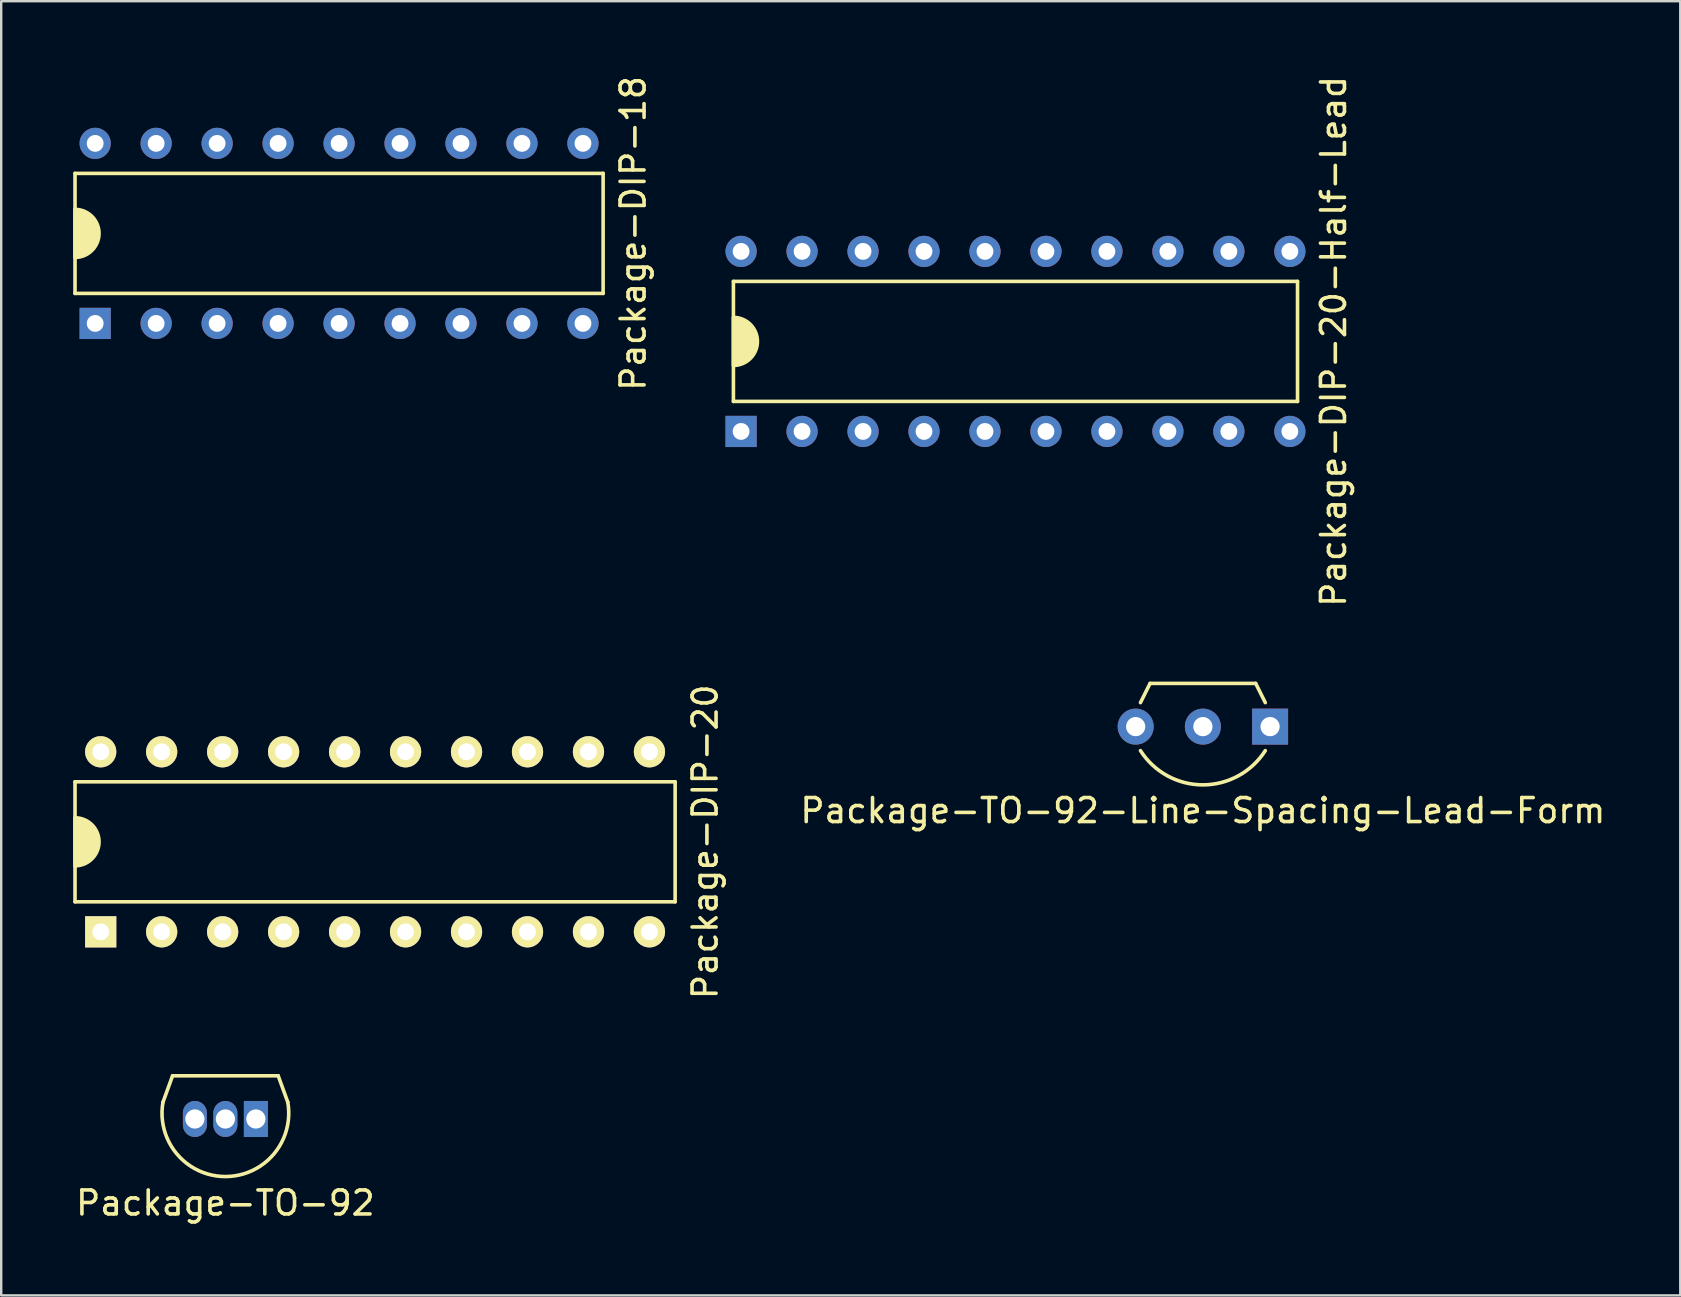
<source format=kicad_pcb>
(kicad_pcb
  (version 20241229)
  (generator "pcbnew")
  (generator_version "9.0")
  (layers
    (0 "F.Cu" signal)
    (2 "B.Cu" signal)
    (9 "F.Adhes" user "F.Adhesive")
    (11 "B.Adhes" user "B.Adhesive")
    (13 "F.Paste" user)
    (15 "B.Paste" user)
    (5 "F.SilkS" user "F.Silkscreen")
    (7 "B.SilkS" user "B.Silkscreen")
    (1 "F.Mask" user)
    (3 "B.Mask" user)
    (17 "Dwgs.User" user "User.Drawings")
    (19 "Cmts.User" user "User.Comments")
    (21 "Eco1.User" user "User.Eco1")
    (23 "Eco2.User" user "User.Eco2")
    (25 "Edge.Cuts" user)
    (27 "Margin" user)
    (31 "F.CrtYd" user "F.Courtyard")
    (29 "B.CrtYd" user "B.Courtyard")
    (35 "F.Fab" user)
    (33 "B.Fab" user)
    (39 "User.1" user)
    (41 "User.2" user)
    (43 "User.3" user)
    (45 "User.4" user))
  (footprint "Package-DIP-20"
    (layer "F.Cu")
    (at 12.575 32.018)
    (property "Reference" "Package-DIP-20" (at 13.75 0 90) (layer "F.SilkS") (effects (font (size 1 1) (thickness 0.15))))
    (attr through_hole)
    (fp_line (start -12.5 -2.5) (end 12.5 -2.5) (stroke (width 0.15) (type solid)) (layer "F.SilkS"))
    (fp_line (start -12.5 2.5) (end -12.5 -2.5) (stroke (width 0.15) (type solid)) (layer "F.SilkS"))
    (fp_line (start 12.5 -2.5) (end 12.5 2.5) (stroke (width 0.15) (type solid)) (layer "F.SilkS"))
    (fp_line (start 12.5 2.5) (end -12.5 2.5) (stroke (width 0.15) (type solid)) (layer "F.SilkS"))
    (fp_poly (pts (arc (start -12.5 -1) (mid -11.5 0) (end -12.5 1))) (stroke (width 0.15) (type solid)) (fill yes) (layer "F.SilkS"))
    (pad "1" thru_hole rect (at -11.43 3.75) (size 1.3 1.3) (drill 0.7) (layers "*.Cu" "*.Mask" "F.SilkS"))
    (pad "2" thru_hole circle (at -8.89 3.75) (size 1.3 1.3) (drill 0.7) (layers "*.Cu" "*.Mask" "F.SilkS"))
    (pad "3" thru_hole circle (at -6.35 3.75) (size 1.3 1.3) (drill 0.7) (layers "*.Cu" "*.Mask" "F.SilkS"))
    (pad "4" thru_hole circle (at -3.81 3.75) (size 1.3 1.3) (drill 0.7) (layers "*.Cu" "*.Mask" "F.SilkS"))
    (pad "5" thru_hole circle (at -1.27 3.75) (size 1.3 1.3) (drill 0.7) (layers "*.Cu" "*.Mask" "F.SilkS"))
    (pad "6" thru_hole circle (at 1.27 3.75) (size 1.3 1.3) (drill 0.7) (layers "*.Cu" "*.Mask" "F.SilkS"))
    (pad "7" thru_hole circle (at 3.81 3.75) (size 1.3 1.3) (drill 0.7) (layers "*.Cu" "*.Mask" "F.SilkS"))
    (pad "8" thru_hole circle (at 6.35 3.75) (size 1.3 1.3) (drill 0.7) (layers "*.Cu" "*.Mask" "F.SilkS"))
    (pad "9" thru_hole circle (at 8.89 3.75) (size 1.3 1.3) (drill 0.7) (layers "*.Cu" "*.Mask" "F.SilkS"))
    (pad "10" thru_hole circle (at 11.43 3.75) (size 1.3 1.3) (drill 0.7) (layers "*.Cu" "*.Mask" "F.SilkS"))
    (pad "11" thru_hole circle (at 11.43 -3.75) (size 1.3 1.3) (drill 0.7) (layers "*.Cu" "*.Mask" "F.SilkS"))
    (pad "12" thru_hole circle (at 8.89 -3.75) (size 1.3 1.3) (drill 0.7) (layers "*.Cu" "*.Mask" "F.SilkS"))
    (pad "13" thru_hole circle (at 6.35 -3.75) (size 1.3 1.3) (drill 0.7) (layers "*.Cu" "*.Mask" "F.SilkS"))
    (pad "14" thru_hole circle (at 3.81 -3.75) (size 1.3 1.3) (drill 0.7) (layers "*.Cu" "*.Mask" "F.SilkS"))
    (pad "15" thru_hole circle (at 1.27 -3.75) (size 1.3 1.3) (drill 0.7) (layers "*.Cu" "*.Mask" "F.SilkS"))
    (pad "16" thru_hole circle (at -1.27 -3.75) (size 1.3 1.3) (drill 0.7) (layers "*.Cu" "*.Mask" "F.SilkS"))
    (pad "17" thru_hole circle (at -3.81 -3.75) (size 1.3 1.3) (drill 0.7) (layers "*.Cu" "*.Mask" "F.SilkS"))
    (pad "18" thru_hole circle (at -6.35 -3.75) (size 1.3 1.3) (drill 0.7) (layers "*.Cu" "*.Mask" "F.SilkS"))
    (pad "19" thru_hole circle (at -8.89 -3.75) (size 1.3 1.3) (drill 0.7) (layers "*.Cu" "*.Mask" "F.SilkS"))
    (pad "20" thru_hole circle (at -11.43 -3.75) (size 1.3 1.3) (drill 0.7) (layers "*.Cu" "*.Mask" "F.SilkS")))
  (footprint "Package-TO-92"
    (layer "F.Cu")
    (at 6.339 43.565)
    (property "Reference" "Package-TO-92" (at 0 3.5 0) (layer "F.SilkS") (effects (font (size 1 1) (thickness 0.15))))
    (attr through_hole)
    (fp_line (start -2.6 -0.7) (end -2.2 -1.8) (stroke (width 0.15) (type default)) (layer "F.SilkS"))
    (fp_line (start 2.2 -1.8) (end -2.2 -1.8) (stroke (width 0.15) (type solid)) (layer "F.SilkS"))
    (fp_line (start 2.6 -0.7) (end 2.2 -1.8) (stroke (width 0.15) (type default)) (layer "F.SilkS"))
    (fp_arc (start 2.6 -0.7) (mid 0 2.398559) (end -2.6 -0.7) (stroke (width 0.15) (type solid)) (layer "F.SilkS"))
    (pad "1" thru_hole rect (at 1.27 0) (size 1 1.5) (drill 0.8) (layers "*.Cu" "*.Mask"))
    (pad "2" thru_hole oval (at 0 0) (size 1 1.5) (drill 0.8) (layers "*.Cu" "*.Mask"))
    (pad "3" thru_hole oval (at -1.27 0) (size 1 1.5) (drill 0.8) (layers "*.Cu" "*.Mask")))
  (footprint "Package-TO-92-Line-Spacing-Lead-Form"
    (layer "F.Cu")
    (at 47.06 27.22)
    (property "Reference" "Package-TO-92-Line-Spacing-Lead-Form" (at 0 3.5 0) (layer "F.SilkS") (effects (font (size 1 1) (thickness 0.15))))
    (attr through_hole)
    (fp_line (start -2.6 -1) (end -2.2 -1.8) (stroke (width 0.15) (type default)) (layer "F.SilkS"))
    (fp_line (start 2.2 -1.8) (end -2.2 -1.8) (stroke (width 0.15) (type solid)) (layer "F.SilkS"))
    (fp_line (start 2.6 -1) (end 2.2 -1.8) (stroke (width 0.15) (type default)) (layer "F.SilkS"))
    (fp_arc (start 2.6 1) (mid 0 2.426409) (end -2.6 1) (stroke (width 0.15) (type solid)) (layer "F.SilkS"))
    (pad "1" thru_hole rect (at 2.8 0) (size 1.5 1.5) (drill 0.8) (layers "*.Cu" "*.Mask"))
    (pad "2" thru_hole circle (at 0 0) (size 1.5 1.5) (drill 0.8) (layers "*.Cu" "*.Mask"))
    (pad "3" thru_hole circle (at -2.8 0) (size 1.5 1.5) (drill 0.8) (layers "*.Cu" "*.Mask")))
  (footprint "Package-DIP-18"
    (layer "F.Cu")
    (at 11.075 6.673)
    (property "Reference" "Package-DIP-18" (at 12.25 0 90) (layer "F.SilkS") (effects (font (size 1 1) (thickness 0.15))))
    (attr through_hole)
    (fp_line (start -11 -2.5) (end 11 -2.5) (stroke (width 0.15) (type solid)) (layer "F.SilkS"))
    (fp_line (start -11 2.5) (end -11 -2.5) (stroke (width 0.15) (type solid)) (layer "F.SilkS"))
    (fp_line (start 11 -2.5) (end 11 2.5) (stroke (width 0.15) (type solid)) (layer "F.SilkS"))
    (fp_line (start 11 2.5) (end -11 2.5) (stroke (width 0.15) (type solid)) (layer "F.SilkS"))
    (fp_poly (pts (arc (start -11 -1) (mid -10 0) (end -11 1))) (stroke (width 0.15) (type solid)) (fill yes) (layer "F.SilkS"))
    (pad "1" thru_hole rect (at -10.16 3.75) (size 1.3 1.3) (drill 0.7) (layers "*.Cu" "*.Mask"))
    (pad "2" thru_hole circle (at -7.62 3.75) (size 1.3 1.3) (drill 0.7) (layers "*.Cu" "*.Mask"))
    (pad "3" thru_hole circle (at -5.08 3.75) (size 1.3 1.3) (drill 0.7) (layers "*.Cu" "*.Mask"))
    (pad "4" thru_hole circle (at -2.54 3.75) (size 1.3 1.3) (drill 0.7) (layers "*.Cu" "*.Mask"))
    (pad "5" thru_hole circle (at 0 3.75) (size 1.3 1.3) (drill 0.7) (layers "*.Cu" "*.Mask"))
    (pad "6" thru_hole circle (at 2.54 3.75) (size 1.3 1.3) (drill 0.7) (layers "*.Cu" "*.Mask"))
    (pad "7" thru_hole circle (at 5.08 3.75) (size 1.3 1.3) (drill 0.7) (layers "*.Cu" "*.Mask"))
    (pad "8" thru_hole circle (at 7.62 3.75) (size 1.3 1.3) (drill 0.7) (layers "*.Cu" "*.Mask"))
    (pad "9" thru_hole circle (at 10.16 3.75) (size 1.3 1.3) (drill 0.7) (layers "*.Cu" "*.Mask"))
    (pad "10" thru_hole circle (at 10.16 -3.75) (size 1.3 1.3) (drill 0.7) (layers "*.Cu" "*.Mask"))
    (pad "11" thru_hole circle (at 7.62 -3.75) (size 1.3 1.3) (drill 0.7) (layers "*.Cu" "*.Mask"))
    (pad "12" thru_hole circle (at 5.08 -3.75) (size 1.3 1.3) (drill 0.7) (layers "*.Cu" "*.Mask"))
    (pad "13" thru_hole circle (at 2.54 -3.75) (size 1.3 1.3) (drill 0.7) (layers "*.Cu" "*.Mask"))
    (pad "14" thru_hole circle (at 0 -3.75) (size 1.3 1.3) (drill 0.7) (layers "*.Cu" "*.Mask"))
    (pad "15" thru_hole circle (at -2.54 -3.75) (size 1.3 1.3) (drill 0.7) (layers "*.Cu" "*.Mask"))
    (pad "16" thru_hole circle (at -5.08 -3.75) (size 1.3 1.3) (drill 0.7) (layers "*.Cu" "*.Mask"))
    (pad "17" thru_hole circle (at -7.62 -3.75) (size 1.3 1.3) (drill 0.7) (layers "*.Cu" "*.Mask"))
    (pad "18" thru_hole circle (at -10.16 -3.75) (size 1.3 1.3) (drill 0.7) (layers "*.Cu" "*.Mask")))
  (footprint "Package-DIP-20-Half-Lead"
    (layer "F.Cu")
    (at 39.253 11.173)
    (property "Reference" "Package-DIP-20-Half-Lead" (at 13.25 0 90) (layer "F.SilkS") (effects (font (size 1 1) (thickness 0.15))))
    (attr through_hole)
    (fp_line (start -11.75 -2.5) (end 11.75 -2.5) (stroke (width 0.15) (type solid)) (layer "F.SilkS"))
    (fp_line (start -11.75 2.5) (end -11.75 -2.5) (stroke (width 0.15) (type solid)) (layer "F.SilkS"))
    (fp_line (start 11.75 -2.5) (end 11.75 2.5) (stroke (width 0.15) (type solid)) (layer "F.SilkS"))
    (fp_line (start 11.75 2.5) (end -11.75 2.5) (stroke (width 0.15) (type solid)) (layer "F.SilkS"))
    (fp_poly (pts (arc (start -11.75 -1) (mid -10.75 0) (end -11.75 1))) (stroke (width 0.15) (type solid)) (fill yes) (layer "F.SilkS"))
    (pad "1" thru_hole rect (at -11.43 3.75) (size 1.3 1.3) (drill 0.7) (layers "*.Cu" "*.Mask"))
    (pad "2" thru_hole circle (at -8.89 3.75) (size 1.3 1.3) (drill 0.7) (layers "*.Cu" "*.Mask"))
    (pad "3" thru_hole circle (at -6.35 3.75) (size 1.3 1.3) (drill 0.7) (layers "*.Cu" "*.Mask"))
    (pad "4" thru_hole circle (at -3.81 3.75) (size 1.3 1.3) (drill 0.7) (layers "*.Cu" "*.Mask"))
    (pad "5" thru_hole circle (at -1.27 3.75) (size 1.3 1.3) (drill 0.7) (layers "*.Cu" "*.Mask"))
    (pad "6" thru_hole circle (at 1.27 3.75) (size 1.3 1.3) (drill 0.7) (layers "*.Cu" "*.Mask"))
    (pad "7" thru_hole circle (at 3.81 3.75) (size 1.3 1.3) (drill 0.7) (layers "*.Cu" "*.Mask"))
    (pad "8" thru_hole circle (at 6.35 3.75) (size 1.3 1.3) (drill 0.7) (layers "*.Cu" "*.Mask"))
    (pad "9" thru_hole circle (at 8.89 3.75) (size 1.3 1.3) (drill 0.7) (layers "*.Cu" "*.Mask"))
    (pad "10" thru_hole circle (at 11.43 3.75) (size 1.3 1.3) (drill 0.7) (layers "*.Cu" "*.Mask"))
    (pad "11" thru_hole circle (at 11.43 -3.75) (size 1.3 1.3) (drill 0.7) (layers "*.Cu" "*.Mask"))
    (pad "12" thru_hole circle (at 8.89 -3.75) (size 1.3 1.3) (drill 0.7) (layers "*.Cu" "*.Mask"))
    (pad "13" thru_hole circle (at 6.35 -3.75) (size 1.3 1.3) (drill 0.7) (layers "*.Cu" "*.Mask"))
    (pad "14" thru_hole circle (at 3.81 -3.75) (size 1.3 1.3) (drill 0.7) (layers "*.Cu" "*.Mask"))
    (pad "15" thru_hole circle (at 1.27 -3.75) (size 1.3 1.3) (drill 0.7) (layers "*.Cu" "*.Mask"))
    (pad "16" thru_hole circle (at -1.27 -3.75) (size 1.3 1.3) (drill 0.7) (layers "*.Cu" "*.Mask"))
    (pad "17" thru_hole circle (at -3.81 -3.75) (size 1.3 1.3) (drill 0.7) (layers "*.Cu" "*.Mask"))
    (pad "18" thru_hole circle (at -6.35 -3.75) (size 1.3 1.3) (drill 0.7) (layers "*.Cu" "*.Mask"))
    (pad "19" thru_hole circle (at -8.89 -3.75) (size 1.3 1.3) (drill 0.7) (layers "*.Cu" "*.Mask"))
    (pad "20" thru_hole circle (at -11.43 -3.75) (size 1.3 1.3) (drill 0.7) (layers "*.Cu" "*.Mask")))
  (gr_rect
    (start -3 -3)
    (end 66.947 50.914)
    (stroke (width 0.1) (type default))
    (fill no)
    (layer "Edge.Cuts")))
</source>
